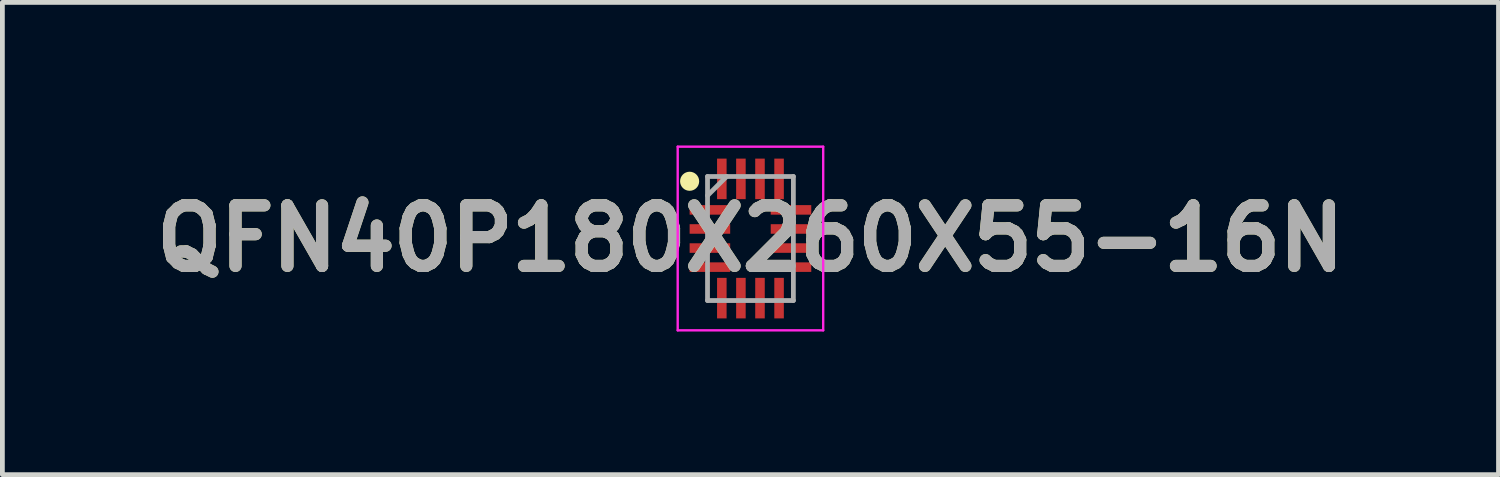
<source format=kicad_pcb>
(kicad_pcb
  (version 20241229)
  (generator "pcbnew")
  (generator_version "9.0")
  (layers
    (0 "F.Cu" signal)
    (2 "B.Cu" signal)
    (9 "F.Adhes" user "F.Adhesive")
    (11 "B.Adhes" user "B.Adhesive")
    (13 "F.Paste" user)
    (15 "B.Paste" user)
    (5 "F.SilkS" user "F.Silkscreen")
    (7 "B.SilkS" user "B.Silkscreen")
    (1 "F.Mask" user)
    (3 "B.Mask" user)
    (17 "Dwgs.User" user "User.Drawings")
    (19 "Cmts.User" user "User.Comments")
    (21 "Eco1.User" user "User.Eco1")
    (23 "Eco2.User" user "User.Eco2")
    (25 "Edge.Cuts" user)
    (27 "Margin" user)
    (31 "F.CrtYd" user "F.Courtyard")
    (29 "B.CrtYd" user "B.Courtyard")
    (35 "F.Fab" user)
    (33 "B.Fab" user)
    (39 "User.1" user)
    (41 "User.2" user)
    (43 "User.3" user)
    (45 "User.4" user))
  (footprint "QFN40P180X260X55-16N"
    (layer "F.Cu")
    (at 12.682 1.95)
    (property "Reference" "QFN40P180X260X55-16N" (at 0 0 0) (layer "F.SilkS") (effects (font (size 1.27 1.27) (thickness 0.254))))
    (attr smd)
    (fp_circle (center -1.275 -1.2) (end -1.275 -1.1) (stroke (width 0.2) (type solid)) (fill no) (layer "F.SilkS"))
    (fp_line (start -1.525 -1.925) (end 1.525 -1.925) (stroke (width 0.05) (type solid)) (layer "F.CrtYd"))
    (fp_line (start -1.525 1.925) (end -1.525 -1.925) (stroke (width 0.05) (type solid)) (layer "F.CrtYd"))
    (fp_line (start 1.525 -1.925) (end 1.525 1.925) (stroke (width 0.05) (type solid)) (layer "F.CrtYd"))
    (fp_line (start 1.525 1.925) (end -1.525 1.925) (stroke (width 0.05) (type solid)) (layer "F.CrtYd"))
    (fp_line (start -0.9 -1.3) (end 0.9 -1.3) (stroke (width 0.1) (type solid)) (layer "F.Fab"))
    (fp_line (start -0.9 -0.9) (end -0.5 -1.3) (stroke (width 0.1) (type solid)) (layer "F.Fab"))
    (fp_line (start -0.9 1.3) (end -0.9 -1.3) (stroke (width 0.1) (type solid)) (layer "F.Fab"))
    (fp_line (start 0.9 -1.3) (end 0.9 1.3) (stroke (width 0.1) (type solid)) (layer "F.Fab"))
    (fp_line (start 0.9 1.3) (end -0.9 1.3) (stroke (width 0.1) (type solid)) (layer "F.Fab"))
    (fp_text user "${REFERENCE}" (at 0 0 0) (layer "F.Fab") (effects (font (size 1.27 1.27) (thickness 0.254))))
    (pad "1" smd rect (at -0.85 -0.6 90) (size 0.2 0.85) (layers "F.Cu" "F.Mask" "F.Paste"))
    (pad "2" smd rect (at -0.85 -0.2 90) (size 0.2 0.85) (layers "F.Cu" "F.Mask" "F.Paste"))
    (pad "3" smd rect (at -0.85 0.2 90) (size 0.2 0.85) (layers "F.Cu" "F.Mask" "F.Paste"))
    (pad "4" smd rect (at -0.85 0.6 90) (size 0.2 0.85) (layers "F.Cu" "F.Mask" "F.Paste"))
    (pad "5" smd rect (at -0.6 1.25) (size 0.2 0.85) (layers "F.Cu" "F.Mask" "F.Paste"))
    (pad "6" smd rect (at -0.2 1.25) (size 0.2 0.85) (layers "F.Cu" "F.Mask" "F.Paste"))
    (pad "7" smd rect (at 0.2 1.25) (size 0.2 0.85) (layers "F.Cu" "F.Mask" "F.Paste"))
    (pad "8" smd rect (at 0.6 1.25) (size 0.2 0.85) (layers "F.Cu" "F.Mask" "F.Paste"))
    (pad "9" smd rect (at 0.85 0.6 90) (size 0.2 0.85) (layers "F.Cu" "F.Mask" "F.Paste"))
    (pad "10" smd rect (at 0.85 0.2 90) (size 0.2 0.85) (layers "F.Cu" "F.Mask" "F.Paste"))
    (pad "11" smd rect (at 0.85 -0.2 90) (size 0.2 0.85) (layers "F.Cu" "F.Mask" "F.Paste"))
    (pad "12" smd rect (at 0.85 -0.6 90) (size 0.2 0.85) (layers "F.Cu" "F.Mask" "F.Paste"))
    (pad "13" smd rect (at 0.6 -1.25) (size 0.2 0.85) (layers "F.Cu" "F.Mask" "F.Paste"))
    (pad "14" smd rect (at 0.2 -1.25) (size 0.2 0.85) (layers "F.Cu" "F.Mask" "F.Paste"))
    (pad "15" smd rect (at -0.2 -1.25) (size 0.2 0.85) (layers "F.Cu" "F.Mask" "F.Paste"))
    (pad "16" smd rect (at -0.6 -1.25) (size 0.2 0.85) (layers "F.Cu" "F.Mask" "F.Paste")))
  (gr_rect
    (start -3 -3)
    (end 28.364 6.9)
    (stroke (width 0.1) (type default))
    (fill no)
    (layer "Edge.Cuts")))
</source>
